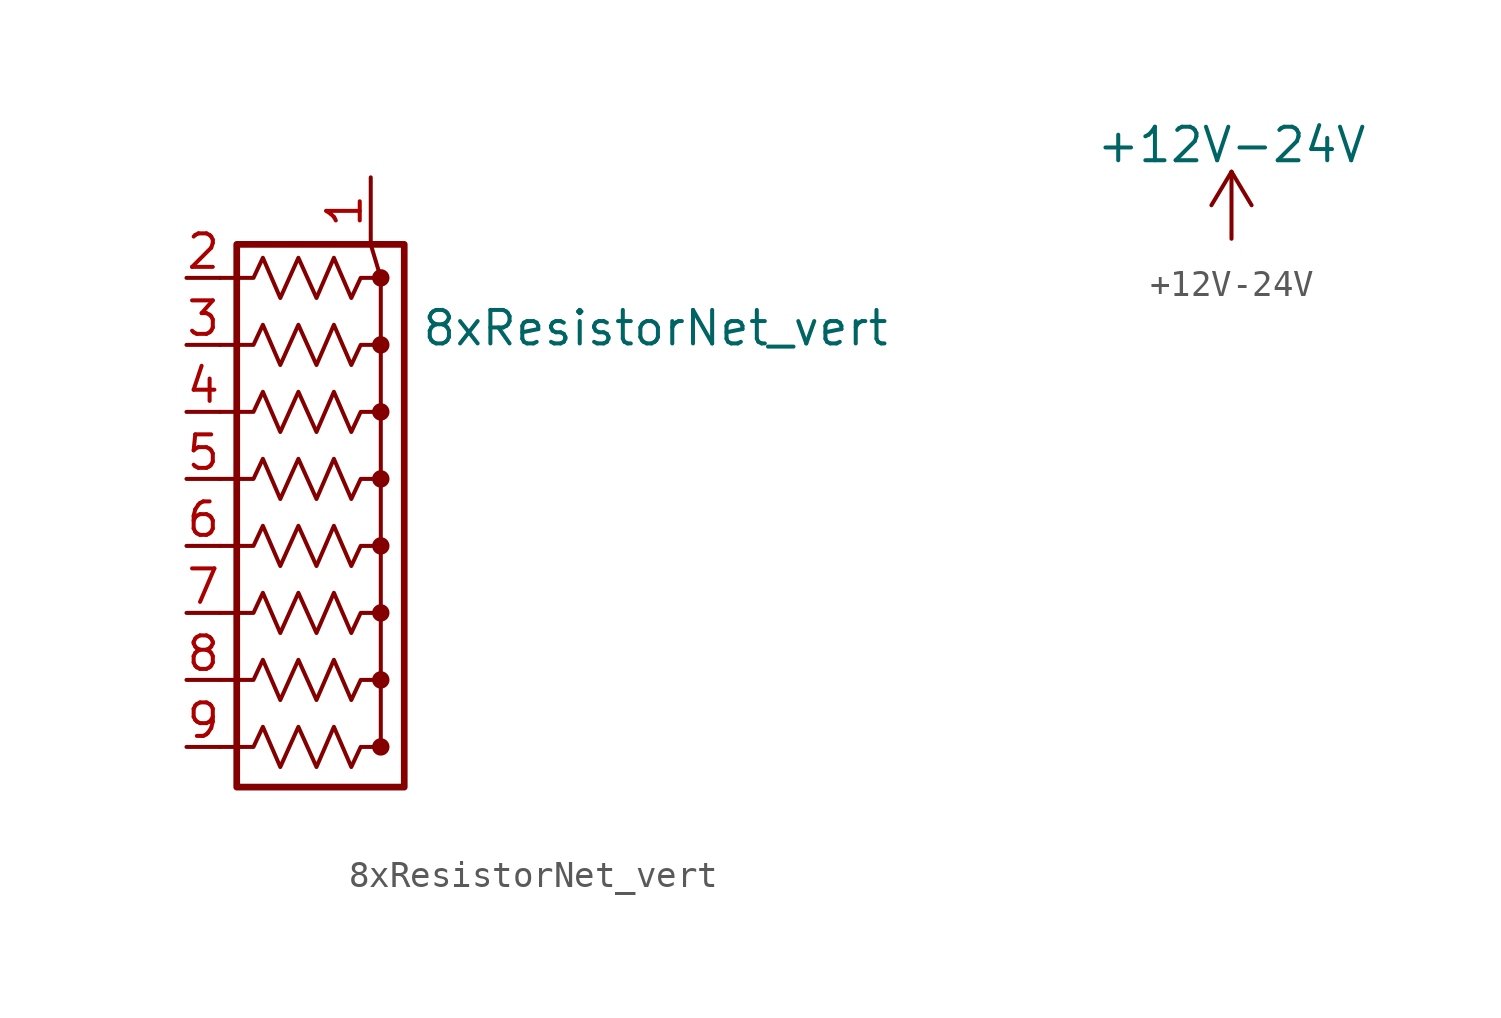
<source format=kicad_sym>
(kicad_symbol_lib
  (version 20211014)
  (generator kicad_symbol_editor)
  (symbol "8xResistorNet_vert"
    (pin_names
      (offset 0) hide)
    (property "Reference" "RN"
      (at 10.16 0.635 0)
      (effects (font (size 1.27 1.27)) hide))
    (property "Value" "8xResistorNet_vert"
      (at 17.78 -1.905 0)
      (effects (font (size 1.27 1.27))))
    (symbol "8xResistorNet_vert_0_1"
      (polyline (pts (xy 6.985 1.27) (xy 7.366 0)) (stroke (width 0) (type default) (color 0 0 0 0)) (fill (type none)))
      (polyline (pts (xy 7.366 0) (xy 7.366 -17.78)) (stroke (width 0) (type default) (color 0 0 0 0)) (fill (type none)))
      (polyline (pts (xy 7.366 -17.78) (xy 6.604 -17.78) (xy 6.248 -18.542) (xy 5.588 -17.018) (xy 4.928 -18.542) (xy 4.242 -17.018) (xy 3.556 -18.542) (xy 2.896 -17.018) (xy 2.54 -17.78) (xy 1.27 -17.78)) (stroke (width 0) (type default) (color 0 0 0 0)) (fill (type none)))
      (polyline (pts (xy 7.366 -15.24) (xy 6.604 -15.24) (xy 6.248 -16.002) (xy 5.588 -14.478) (xy 4.928 -16.002) (xy 4.242 -14.478) (xy 3.556 -16.002) (xy 2.896 -14.478) (xy 2.54 -15.24) (xy 1.27 -15.24)) (stroke (width 0) (type default) (color 0 0 0 0)) (fill (type none)))
      (polyline (pts (xy 7.366 -12.7) (xy 6.604 -12.7) (xy 6.248 -13.462) (xy 5.588 -11.938) (xy 4.928 -13.462) (xy 4.242 -11.938) (xy 3.556 -13.462) (xy 2.896 -11.938) (xy 2.54 -12.7) (xy 1.27 -12.7)) (stroke (width 0) (type default) (color 0 0 0 0)) (fill (type none)))
      (polyline (pts (xy 7.366 -10.16) (xy 6.604 -10.16) (xy 6.248 -10.922) (xy 5.588 -9.398) (xy 4.928 -10.922) (xy 4.242 -9.398) (xy 3.556 -10.922) (xy 2.896 -9.398) (xy 2.54 -10.16) (xy 1.27 -10.16)) (stroke (width 0) (type default) (color 0 0 0 0)) (fill (type none)))
      (polyline (pts (xy 7.366 -7.62) (xy 6.604 -7.62) (xy 6.248 -8.382) (xy 5.588 -6.858) (xy 4.928 -8.382) (xy 4.242 -6.858) (xy 3.556 -8.382) (xy 2.896 -6.858) (xy 2.54 -7.62) (xy 1.27 -7.62)) (stroke (width 0) (type default) (color 0 0 0 0)) (fill (type none)))
      (polyline (pts (xy 7.366 -5.08) (xy 6.604 -5.08) (xy 6.248 -5.842) (xy 5.588 -4.318) (xy 4.928 -5.842) (xy 4.242 -4.318) (xy 3.556 -5.842) (xy 2.896 -4.318) (xy 2.54 -5.08) (xy 1.27 -5.08)) (stroke (width 0) (type default) (color 0 0 0 0)) (fill (type none)))
      (polyline (pts (xy 7.366 -2.54) (xy 6.604 -2.54) (xy 6.248 -3.302) (xy 5.588 -1.778) (xy 4.928 -3.302) (xy 4.242 -1.778) (xy 3.556 -3.302) (xy 2.896 -1.778) (xy 2.54 -2.54) (xy 1.27 -2.54)) (stroke (width 0) (type default) (color 0 0 0 0)) (fill (type none)))
      (polyline (pts (xy 7.366 0) (xy 6.604 0) (xy 6.248 -0.762) (xy 5.588 0.762) (xy 4.928 -0.762) (xy 4.242 0.762) (xy 3.556 -0.762) (xy 2.896 0.762) (xy 2.54 0) (xy 1.27 0)) (stroke (width 0) (type default) (color 0 0 0 0)) (fill (type none)))
      (rectangle (start 1.905 1.27) (end 8.255 -19.304) (stroke (width 0.254) (type default) (color 0 0 0 0)) (fill (type none)))
      (circle (center 7.366 -17.78) (radius 0.254) (stroke (width 0) (type default) (color 0 0 0 0)) (fill (type outline)))
      (circle (center 7.366 -15.24) (radius 0.254) (stroke (width 0) (type default) (color 0 0 0 0)) (fill (type outline)))
      (circle (center 7.366 -12.7) (radius 0.254) (stroke (width 0) (type default) (color 0 0 0 0)) (fill (type outline)))
      (circle (center 7.366 -10.16) (radius 0.254) (stroke (width 0) (type default) (color 0 0 0 0)) (fill (type outline)))
      (circle (center 7.366 -7.62) (radius 0.254) (stroke (width 0) (type default) (color 0 0 0 0)) (fill (type outline)))
      (circle (center 7.366 -5.08) (radius 0.254) (stroke (width 0) (type default) (color 0 0 0 0)) (fill (type outline)))
      (circle (center 7.366 -2.54) (radius 0.254) (stroke (width 0) (type default) (color 0 0 0 0)) (fill (type outline)))
      (circle (center 7.366 0) (radius 0.254) (stroke (width 0) (type default) (color 0 0 0 0)) (fill (type outline))))
    (symbol "8xResistorNet_vert_1_1"
      (pin passive line (at 6.985 3.81 270) (length 2.54) (name "common" (effects (font (size 1.27 1.27)))) (number "1" (effects (font (size 1.27 1.27)))))
      (pin passive line (at 0 0 0) (length 1.27) (name "R1" (effects (font (size 1.27 1.27)))) (number "2" (effects (font (size 1.27 1.27)))))
      (pin passive line (at 0 -2.54 0) (length 1.27) (name "R2" (effects (font (size 1.27 1.27)))) (number "3" (effects (font (size 1.27 1.27)))))
      (pin passive line (at 0 -5.08 0) (length 1.27) (name "R3" (effects (font (size 1.27 1.27)))) (number "4" (effects (font (size 1.27 1.27)))))
      (pin passive line (at 0 -7.62 0) (length 1.27) (name "R4" (effects (font (size 1.27 1.27)))) (number "5" (effects (font (size 1.27 1.27)))))
      (pin passive line (at 0 -10.16 0) (length 1.27) (name "R5" (effects (font (size 1.27 1.27)))) (number "6" (effects (font (size 1.27 1.27)))))
      (pin passive line (at 0 -12.7 0) (length 1.27) (name "R6" (effects (font (size 1.27 1.27)))) (number "7" (effects (font (size 1.27 1.27)))))
      (pin passive line (at 0 -15.24 0) (length 1.27) (name "R7" (effects (font (size 1.27 1.27)))) (number "8" (effects (font (size 1.27 1.27)))))
      (pin passive line (at 0 -17.78 0) (length 1.27) (name "R8" (effects (font (size 1.27 1.27)))) (number "9" (effects (font (size 1.27 1.27)))))))
  (symbol "+12V-24V"
    (power)
    (pin_names
      (offset 0))
    (property "Reference" "#PWR"
      (at 0 -3.81 0)
      (effects (font (size 1.27 1.27)) hide))
    (property "Value" "+12V-24V"
      (at 0 3.556 0)
      (effects (font (size 1.27 1.27))))
    (symbol "+12V-24V_0_1"
      (polyline (pts (xy -0.762 1.27) (xy 0 2.54)) (stroke (width 0) (type default) (color 0 0 0 0)) (fill (type none)))
      (polyline (pts (xy 0 0) (xy 0 2.54)) (stroke (width 0) (type default) (color 0 0 0 0)) (fill (type none)))
      (polyline (pts (xy 0 2.54) (xy 0.762 1.27)) (stroke (width 0) (type default) (color 0 0 0 0)) (fill (type none))))
    (symbol "+12V-24V_1_1"
      (pin power_in line (at 0 0 90) (length 0) hide (name "+1V0" (effects (font (size 1.27 1.27)))) (number "1" (effects (font (size 1.27 1.27))))))))
</source>
